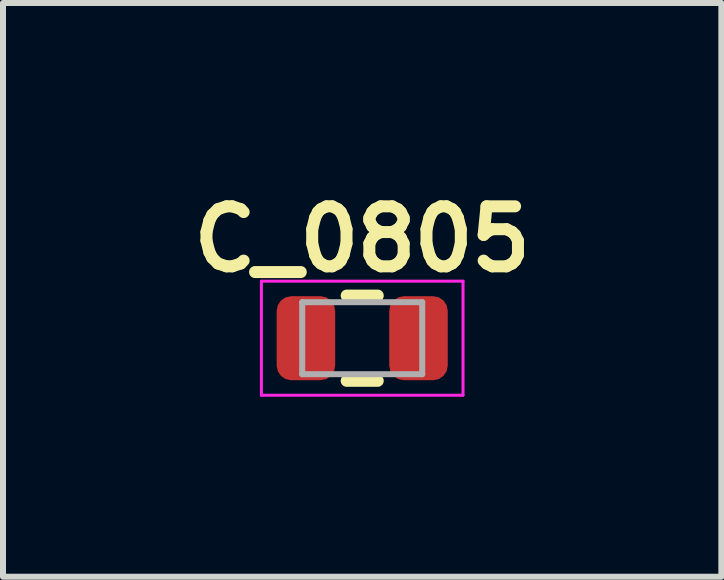
<source format=kicad_pcb>
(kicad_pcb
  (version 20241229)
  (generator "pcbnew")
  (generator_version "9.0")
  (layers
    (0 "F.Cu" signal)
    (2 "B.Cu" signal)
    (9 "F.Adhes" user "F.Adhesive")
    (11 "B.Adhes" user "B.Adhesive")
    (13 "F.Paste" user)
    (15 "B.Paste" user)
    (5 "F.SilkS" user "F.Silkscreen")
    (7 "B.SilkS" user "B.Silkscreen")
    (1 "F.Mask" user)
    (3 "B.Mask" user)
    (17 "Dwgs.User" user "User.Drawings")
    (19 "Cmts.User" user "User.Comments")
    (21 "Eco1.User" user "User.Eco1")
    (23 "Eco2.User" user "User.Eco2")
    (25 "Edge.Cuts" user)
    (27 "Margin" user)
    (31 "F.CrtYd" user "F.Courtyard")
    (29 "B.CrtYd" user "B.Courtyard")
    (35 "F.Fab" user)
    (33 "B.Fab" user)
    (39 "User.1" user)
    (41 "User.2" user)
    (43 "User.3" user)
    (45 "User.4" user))
  (footprint "C_0805"
    (layer "F.Cu")
    (at 2.986 2.586)
    (property "Reference" "C_0805" (at 0 -1.65 0) (layer "F.SilkS") (effects (font (size 1 1) (thickness 0.2))))
    (attr smd)
    (fp_line (start -0.259 -0.71) (end 0.259 -0.71) (stroke (width 0.2) (type solid)) (layer "F.SilkS"))
    (fp_line (start -0.259 0.71) (end 0.259 0.71) (stroke (width 0.2) (type solid)) (layer "F.SilkS"))
    (fp_line (start -1.68 -0.95) (end 1.68 -0.95) (stroke (width 0.05) (type solid)) (layer "F.CrtYd"))
    (fp_line (start -1.68 0.95) (end -1.68 -0.95) (stroke (width 0.05) (type solid)) (layer "F.CrtYd"))
    (fp_line (start 1.68 -0.95) (end 1.68 0.95) (stroke (width 0.05) (type solid)) (layer "F.CrtYd"))
    (fp_line (start 1.68 0.95) (end -1.68 0.95) (stroke (width 0.05) (type solid)) (layer "F.CrtYd"))
    (fp_line (start -1 -0.6) (end 1 -0.6) (stroke (width 0.1) (type solid)) (layer "F.Fab"))
    (fp_line (start -1 0.6) (end -1 -0.6) (stroke (width 0.1) (type solid)) (layer "F.Fab"))
    (fp_line (start 1 -0.6) (end 1 0.6) (stroke (width 0.1) (type solid)) (layer "F.Fab"))
    (fp_line (start 1 0.6) (end -1 0.6) (stroke (width 0.1) (type solid)) (layer "F.Fab"))
    (pad "1" smd roundrect (at -0.938 0) (size 0.975 1.4) (layers "F.Cu" "F.Mask" "F.Paste") (roundrect_rratio 0.25))
    (pad "2" smd roundrect (at 0.938 0) (size 0.975 1.4) (layers "F.Cu" "F.Mask" "F.Paste") (roundrect_rratio 0.25)))
  (gr_rect
    (start -3 -3)
    (end 8.971 6.561)
    (stroke (width 0.1) (type default))
    (fill no)
    (layer "Edge.Cuts")))
</source>
